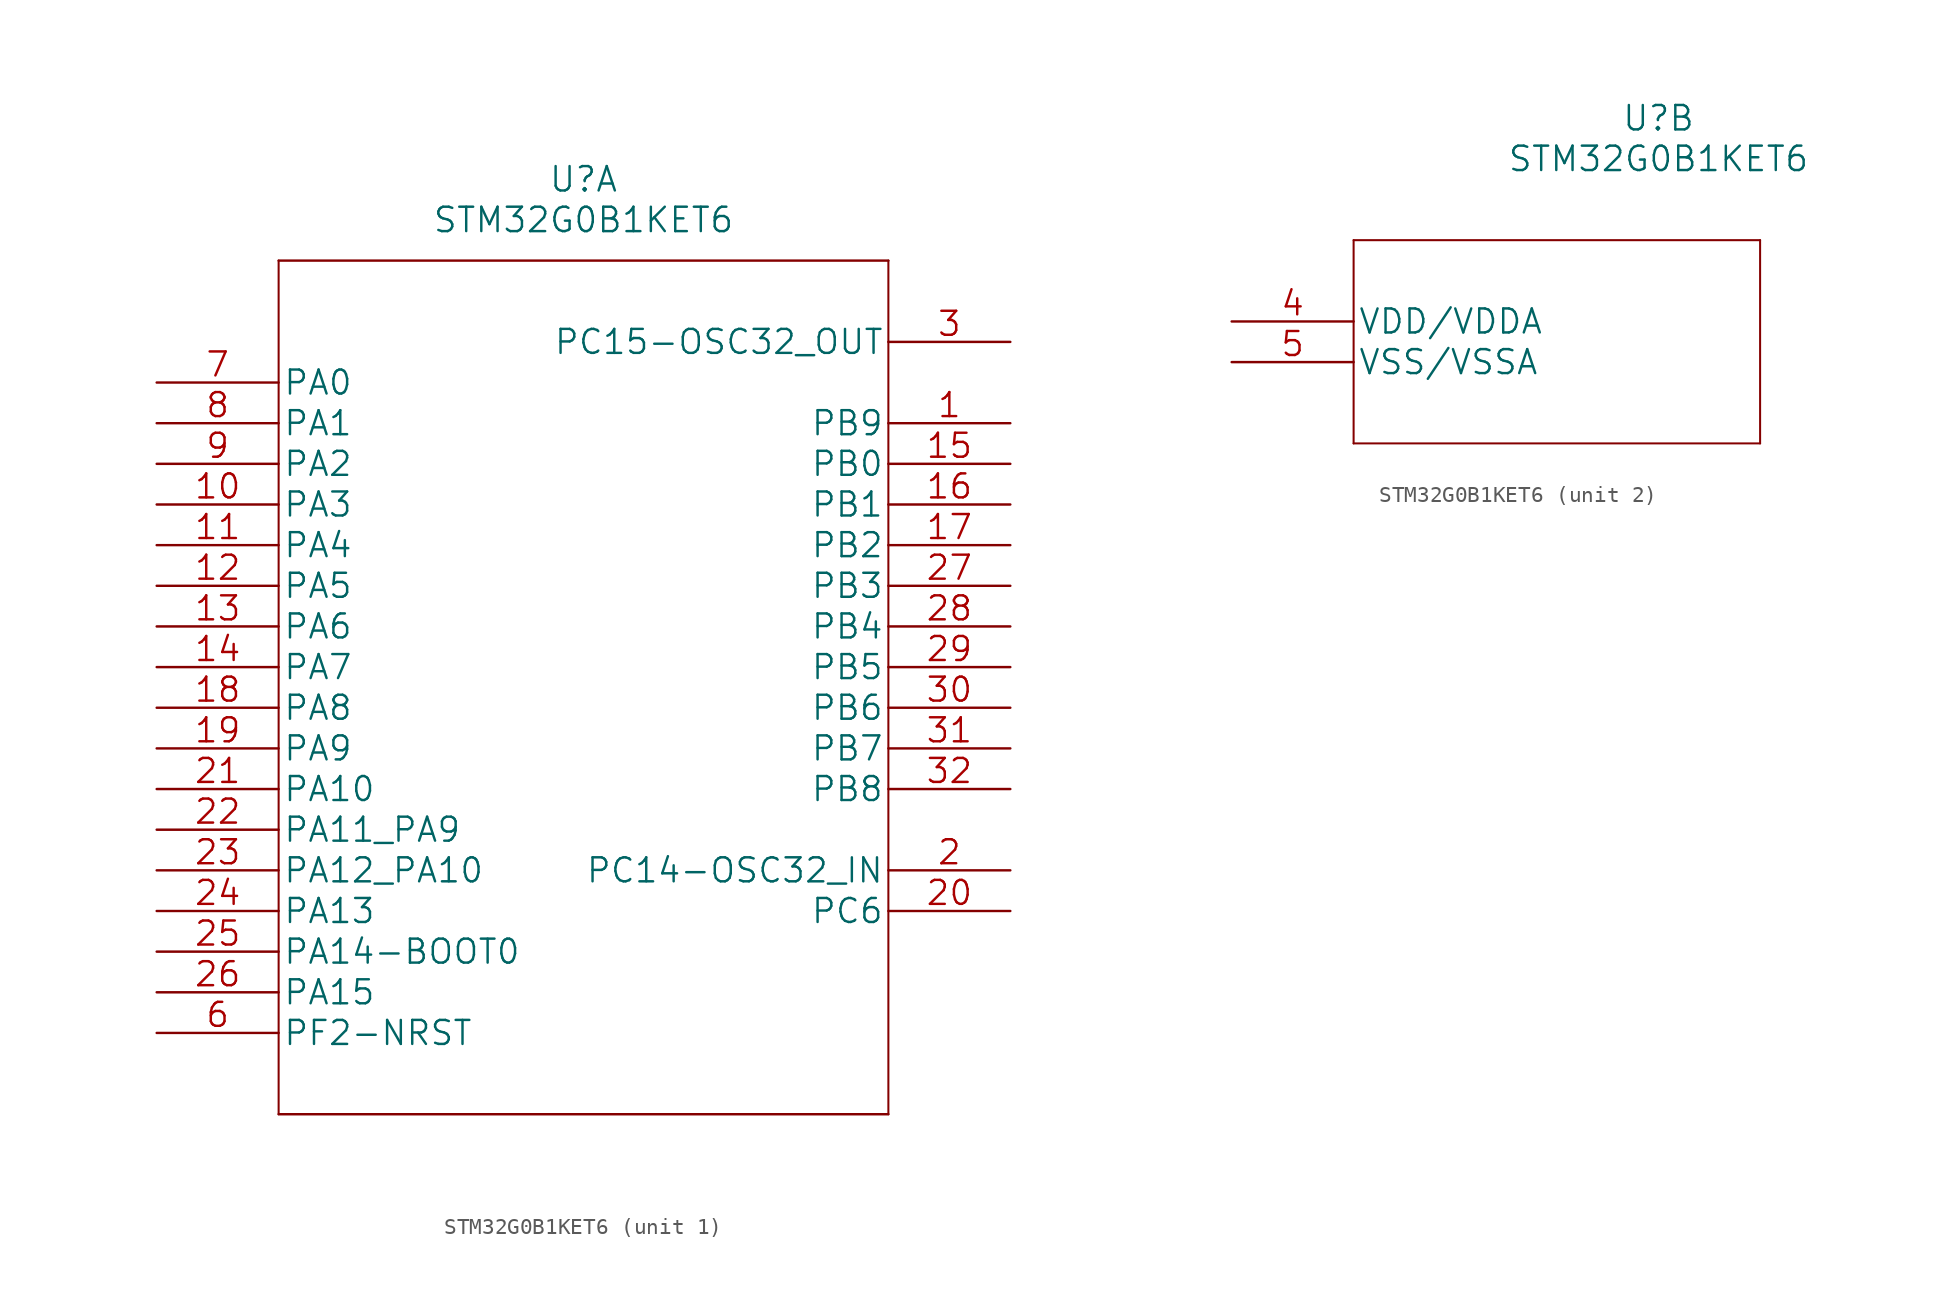
<source format=kicad_sym>
(kicad_symbol_lib
  (version 20211014)
  (generator kicad_symbol_editor)
  (symbol "STM32G0B1KET6"
    (pin_names
      (offset 0.254))
    (property "Reference" "U"
      (at 26.67 12.7 0)
      (effects (font (size 1.524 1.524))))
    (property "Value" "STM32G0B1KET6"
      (at 26.67 10.16 0)
      (effects (font (size 1.524 1.524))))
    (property "Datasheet" ""
      (at 0 0 0)
      (effects (font (size 1.524 1.524))))
    (property "ki_locked" ""
      (at 0 0 0)
      (effects (font (size 1.27 1.27))))
    (symbol "STM32G0B1KET6_1_1"
      (polyline (pts (xy 7.62 -45.72) (xy 45.72 -45.72)) (stroke (width 0.152) (type default) (color 0 0 0 0)) (fill (type none)))
      (polyline (pts (xy 7.62 7.62) (xy 7.62 -45.72)) (stroke (width 0.127) (type default) (color 0 0 0 0)) (fill (type none)))
      (polyline (pts (xy 45.72 -45.72) (xy 45.72 7.62)) (stroke (width 0.127) (type default) (color 0 0 0 0)) (fill (type none)))
      (polyline (pts (xy 45.72 7.62) (xy 7.62 7.62)) (stroke (width 0.152) (type default) (color 0 0 0 0)) (fill (type none)))
      (pin bidirectional line (at 53.34 -2.54 180) (length 7.62) (name "PB9" (effects (font (size 1.499 1.499)))) (number "1" (effects (font (size 1.499 1.499)))))
      (pin bidirectional line (at 0 -7.62 0) (length 7.62) (name "PA3" (effects (font (size 1.499 1.499)))) (number "10" (effects (font (size 1.499 1.499)))))
      (pin bidirectional line (at 0 -10.16 0) (length 7.62) (name "PA4" (effects (font (size 1.499 1.499)))) (number "11" (effects (font (size 1.499 1.499)))))
      (pin bidirectional line (at 0 -12.7 0) (length 7.62) (name "PA5" (effects (font (size 1.499 1.499)))) (number "12" (effects (font (size 1.499 1.499)))))
      (pin bidirectional line (at 0 -15.24 0) (length 7.62) (name "PA6" (effects (font (size 1.499 1.499)))) (number "13" (effects (font (size 1.499 1.499)))))
      (pin bidirectional line (at 0 -17.78 0) (length 7.62) (name "PA7" (effects (font (size 1.499 1.499)))) (number "14" (effects (font (size 1.499 1.499)))))
      (pin bidirectional line (at 53.34 -5.08 180) (length 7.62) (name "PB0" (effects (font (size 1.499 1.499)))) (number "15" (effects (font (size 1.499 1.499)))))
      (pin bidirectional line (at 53.34 -7.62 180) (length 7.62) (name "PB1" (effects (font (size 1.499 1.499)))) (number "16" (effects (font (size 1.499 1.499)))))
      (pin bidirectional line (at 53.34 -10.16 180) (length 7.62) (name "PB2" (effects (font (size 1.499 1.499)))) (number "17" (effects (font (size 1.499 1.499)))))
      (pin bidirectional line (at 0 -20.32 0) (length 7.62) (name "PA8" (effects (font (size 1.499 1.499)))) (number "18" (effects (font (size 1.499 1.499)))))
      (pin bidirectional line (at 0 -22.86 0) (length 7.62) (name "PA9" (effects (font (size 1.499 1.499)))) (number "19" (effects (font (size 1.499 1.499)))))
      (pin bidirectional line (at 53.34 -30.48 180) (length 7.62) (name "PC14-OSC32_IN" (effects (font (size 1.499 1.499)))) (number "2" (effects (font (size 1.499 1.499)))))
      (pin bidirectional line (at 53.34 -33.02 180) (length 7.62) (name "PC6" (effects (font (size 1.499 1.499)))) (number "20" (effects (font (size 1.499 1.499)))))
      (pin bidirectional line (at 0 -25.4 0) (length 7.62) (name "PA10" (effects (font (size 1.499 1.499)))) (number "21" (effects (font (size 1.499 1.499)))))
      (pin bidirectional line (at 0 -27.94 0) (length 7.62) (name "PA11_PA9" (effects (font (size 1.499 1.499)))) (number "22" (effects (font (size 1.499 1.499)))))
      (pin bidirectional line (at 0 -30.48 0) (length 7.62) (name "PA12_PA10" (effects (font (size 1.499 1.499)))) (number "23" (effects (font (size 1.499 1.499)))))
      (pin bidirectional line (at 0 -33.02 0) (length 7.62) (name "PA13" (effects (font (size 1.499 1.499)))) (number "24" (effects (font (size 1.499 1.499)))))
      (pin bidirectional line (at 0 -35.56 0) (length 7.62) (name "PA14-BOOT0" (effects (font (size 1.499 1.499)))) (number "25" (effects (font (size 1.499 1.499)))))
      (pin bidirectional line (at 0 -38.1 0) (length 7.62) (name "PA15" (effects (font (size 1.499 1.499)))) (number "26" (effects (font (size 1.499 1.499)))))
      (pin bidirectional line (at 53.34 -12.7 180) (length 7.62) (name "PB3" (effects (font (size 1.499 1.499)))) (number "27" (effects (font (size 1.499 1.499)))))
      (pin bidirectional line (at 53.34 -15.24 180) (length 7.62) (name "PB4" (effects (font (size 1.499 1.499)))) (number "28" (effects (font (size 1.499 1.499)))))
      (pin bidirectional line (at 53.34 -17.78 180) (length 7.62) (name "PB5" (effects (font (size 1.499 1.499)))) (number "29" (effects (font (size 1.499 1.499)))))
      (pin output line (at 53.34 2.54 180) (length 7.62) (name "PC15-OSC32_OUT" (effects (font (size 1.499 1.499)))) (number "3" (effects (font (size 1.499 1.499)))))
      (pin bidirectional line (at 53.34 -20.32 180) (length 7.62) (name "PB6" (effects (font (size 1.499 1.499)))) (number "30" (effects (font (size 1.499 1.499)))))
      (pin bidirectional line (at 53.34 -22.86 180) (length 7.62) (name "PB7" (effects (font (size 1.499 1.499)))) (number "31" (effects (font (size 1.499 1.499)))))
      (pin bidirectional line (at 53.34 -25.4 180) (length 7.62) (name "PB8" (effects (font (size 1.499 1.499)))) (number "32" (effects (font (size 1.499 1.499)))))
      (pin passive line (at 0 -40.64 0) (length 7.62) (name "PF2-NRST" (effects (font (size 1.499 1.499)))) (number "6" (effects (font (size 1.499 1.499)))))
      (pin bidirectional line (at 0 0 0) (length 7.62) (name "PA0" (effects (font (size 1.499 1.499)))) (number "7" (effects (font (size 1.499 1.499)))))
      (pin bidirectional line (at 0 -2.54 0) (length 7.62) (name "PA1" (effects (font (size 1.499 1.499)))) (number "8" (effects (font (size 1.499 1.499)))))
      (pin bidirectional line (at 0 -5.08 0) (length 7.62) (name "PA2" (effects (font (size 1.499 1.499)))) (number "9" (effects (font (size 1.499 1.499))))))
    (symbol "STM32G0B1KET6_2_1"
      (polyline (pts (xy 7.62 -7.62) (xy 33.02 -7.62)) (stroke (width 0.127) (type default) (color 0 0 0 0)) (fill (type none)))
      (polyline (pts (xy 7.62 5.08) (xy 7.62 -7.62)) (stroke (width 0.127) (type default) (color 0 0 0 0)) (fill (type none)))
      (polyline (pts (xy 33.02 -7.62) (xy 33.02 5.08)) (stroke (width 0.127) (type default) (color 0 0 0 0)) (fill (type none)))
      (polyline (pts (xy 33.02 5.08) (xy 7.62 5.08)) (stroke (width 0.127) (type default) (color 0 0 0 0)) (fill (type none)))
      (pin power_in line (at 0 0 0) (length 7.62) (name "VDD/VDDA" (effects (font (size 1.499 1.499)))) (number "4" (effects (font (size 1.499 1.499)))))
      (pin power_in line (at 0 -2.54 0) (length 7.62) (name "VSS/VSSA" (effects (font (size 1.499 1.499)))) (number "5" (effects (font (size 1.499 1.499))))))))
</source>
